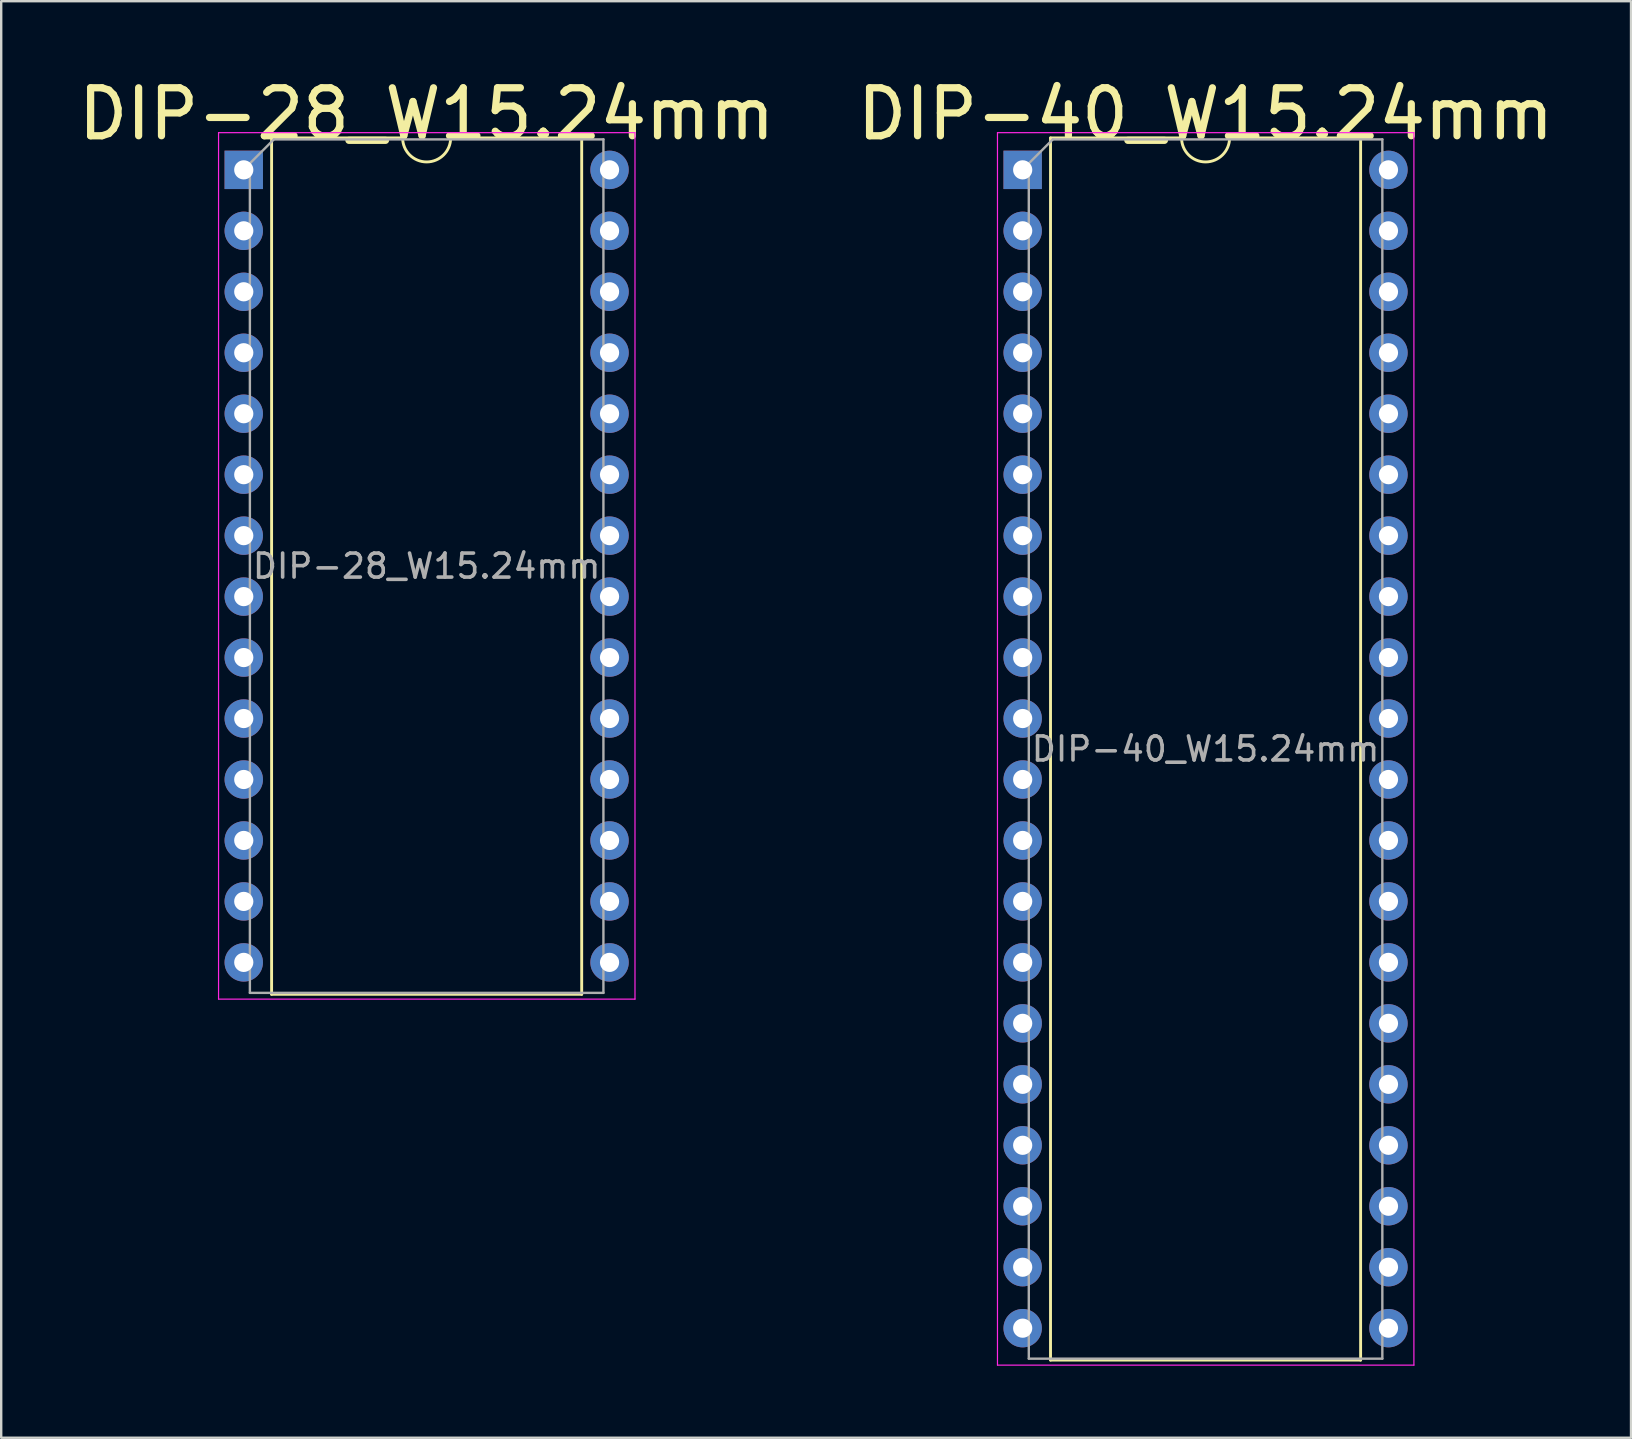
<source format=kicad_pcb>
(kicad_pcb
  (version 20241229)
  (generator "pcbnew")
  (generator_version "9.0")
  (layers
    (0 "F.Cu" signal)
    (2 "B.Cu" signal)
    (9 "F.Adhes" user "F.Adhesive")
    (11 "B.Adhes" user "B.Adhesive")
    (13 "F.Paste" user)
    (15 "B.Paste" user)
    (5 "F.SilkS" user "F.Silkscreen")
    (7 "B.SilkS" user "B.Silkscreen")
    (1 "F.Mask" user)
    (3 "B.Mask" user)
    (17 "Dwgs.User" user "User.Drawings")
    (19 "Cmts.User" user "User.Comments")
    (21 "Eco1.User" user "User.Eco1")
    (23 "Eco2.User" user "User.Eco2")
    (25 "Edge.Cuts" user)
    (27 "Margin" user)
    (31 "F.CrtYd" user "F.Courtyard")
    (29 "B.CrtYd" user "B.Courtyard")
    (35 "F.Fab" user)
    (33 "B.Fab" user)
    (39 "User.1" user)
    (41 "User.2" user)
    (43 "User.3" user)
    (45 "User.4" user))
  (footprint "DIP-40_W15.24mm"
    (layer "F.Cu")
    (at 39.559 4.027)
    (property "Reference" "DIP-40_W15.24mm" (at 7.62 -2.33 0) (layer "F.SilkS") (effects (font (size 2 2) (thickness 0.3))))
    (attr through_hole)
    (fp_line (start 1.16 -1.33) (end 1.16 49.59) (stroke (width 0.12) (type solid)) (layer "F.SilkS"))
    (fp_line (start 1.16 49.59) (end 14.08 49.59) (stroke (width 0.12) (type solid)) (layer "F.SilkS"))
    (fp_line (start 6.62 -1.33) (end 1.16 -1.33) (stroke (width 0.12) (type solid)) (layer "F.SilkS"))
    (fp_line (start 14.08 -1.33) (end 8.62 -1.33) (stroke (width 0.12) (type solid)) (layer "F.SilkS"))
    (fp_line (start 14.08 49.59) (end 14.08 -1.33) (stroke (width 0.12) (type solid)) (layer "F.SilkS"))
    (fp_arc (start 8.62 -1.33) (mid 7.62 -0.33) (end 6.62 -1.33) (stroke (width 0.12) (type solid)) (layer "F.SilkS"))
    (fp_line (start -1.05 -1.55) (end -1.05 49.8) (stroke (width 0.05) (type solid)) (layer "F.CrtYd"))
    (fp_line (start -1.05 49.8) (end 16.3 49.8) (stroke (width 0.05) (type solid)) (layer "F.CrtYd"))
    (fp_line (start 16.3 -1.55) (end -1.05 -1.55) (stroke (width 0.05) (type solid)) (layer "F.CrtYd"))
    (fp_line (start 16.3 49.8) (end 16.3 -1.55) (stroke (width 0.05) (type solid)) (layer "F.CrtYd"))
    (fp_line (start 0.255 -0.27) (end 1.255 -1.27) (stroke (width 0.1) (type solid)) (layer "F.Fab"))
    (fp_line (start 0.255 49.53) (end 0.255 -0.27) (stroke (width 0.1) (type solid)) (layer "F.Fab"))
    (fp_line (start 1.255 -1.27) (end 14.985 -1.27) (stroke (width 0.1) (type solid)) (layer "F.Fab"))
    (fp_line (start 14.985 -1.27) (end 14.985 49.53) (stroke (width 0.1) (type solid)) (layer "F.Fab"))
    (fp_line (start 14.985 49.53) (end 0.255 49.53) (stroke (width 0.1) (type solid)) (layer "F.Fab"))
    (fp_text user "${REFERENCE}" (at 7.62 24.13 0) (layer "F.Fab") (effects (font (size 1 1) (thickness 0.15))))
    (pad "1" thru_hole rect (at 0 0) (size 1.6 1.6) (drill 0.8) (layers "*.Cu" "*.Mask"))
    (pad "2" thru_hole oval (at 0 2.54) (size 1.6 1.6) (drill 0.8) (layers "*.Cu" "*.Mask"))
    (pad "3" thru_hole oval (at 0 5.08) (size 1.6 1.6) (drill 0.8) (layers "*.Cu" "*.Mask"))
    (pad "4" thru_hole oval (at 0 7.62) (size 1.6 1.6) (drill 0.8) (layers "*.Cu" "*.Mask"))
    (pad "5" thru_hole oval (at 0 10.16) (size 1.6 1.6) (drill 0.8) (layers "*.Cu" "*.Mask"))
    (pad "6" thru_hole oval (at 0 12.7) (size 1.6 1.6) (drill 0.8) (layers "*.Cu" "*.Mask"))
    (pad "7" thru_hole oval (at 0 15.24) (size 1.6 1.6) (drill 0.8) (layers "*.Cu" "*.Mask"))
    (pad "8" thru_hole oval (at 0 17.78) (size 1.6 1.6) (drill 0.8) (layers "*.Cu" "*.Mask"))
    (pad "9" thru_hole oval (at 0 20.32) (size 1.6 1.6) (drill 0.8) (layers "*.Cu" "*.Mask"))
    (pad "10" thru_hole oval (at 0 22.86) (size 1.6 1.6) (drill 0.8) (layers "*.Cu" "*.Mask"))
    (pad "11" thru_hole oval (at 0 25.4) (size 1.6 1.6) (drill 0.8) (layers "*.Cu" "*.Mask"))
    (pad "12" thru_hole oval (at 0 27.94) (size 1.6 1.6) (drill 0.8) (layers "*.Cu" "*.Mask"))
    (pad "13" thru_hole oval (at 0 30.48) (size 1.6 1.6) (drill 0.8) (layers "*.Cu" "*.Mask"))
    (pad "14" thru_hole oval (at 0 33.02) (size 1.6 1.6) (drill 0.8) (layers "*.Cu" "*.Mask"))
    (pad "15" thru_hole oval (at 0 35.56) (size 1.6 1.6) (drill 0.8) (layers "*.Cu" "*.Mask"))
    (pad "16" thru_hole oval (at 0 38.1) (size 1.6 1.6) (drill 0.8) (layers "*.Cu" "*.Mask"))
    (pad "17" thru_hole oval (at 0 40.64) (size 1.6 1.6) (drill 0.8) (layers "*.Cu" "*.Mask"))
    (pad "18" thru_hole oval (at 0 43.18) (size 1.6 1.6) (drill 0.8) (layers "*.Cu" "*.Mask"))
    (pad "19" thru_hole oval (at 0 45.72) (size 1.6 1.6) (drill 0.8) (layers "*.Cu" "*.Mask"))
    (pad "20" thru_hole oval (at 0 48.26) (size 1.6 1.6) (drill 0.8) (layers "*.Cu" "*.Mask"))
    (pad "21" thru_hole oval (at 15.24 48.26) (size 1.6 1.6) (drill 0.8) (layers "*.Cu" "*.Mask"))
    (pad "22" thru_hole oval (at 15.24 45.72) (size 1.6 1.6) (drill 0.8) (layers "*.Cu" "*.Mask"))
    (pad "23" thru_hole oval (at 15.24 43.18) (size 1.6 1.6) (drill 0.8) (layers "*.Cu" "*.Mask"))
    (pad "24" thru_hole oval (at 15.24 40.64) (size 1.6 1.6) (drill 0.8) (layers "*.Cu" "*.Mask"))
    (pad "25" thru_hole oval (at 15.24 38.1) (size 1.6 1.6) (drill 0.8) (layers "*.Cu" "*.Mask"))
    (pad "26" thru_hole oval (at 15.24 35.56) (size 1.6 1.6) (drill 0.8) (layers "*.Cu" "*.Mask"))
    (pad "27" thru_hole oval (at 15.24 33.02) (size 1.6 1.6) (drill 0.8) (layers "*.Cu" "*.Mask"))
    (pad "28" thru_hole oval (at 15.24 30.48) (size 1.6 1.6) (drill 0.8) (layers "*.Cu" "*.Mask"))
    (pad "29" thru_hole oval (at 15.24 27.94) (size 1.6 1.6) (drill 0.8) (layers "*.Cu" "*.Mask"))
    (pad "30" thru_hole oval (at 15.24 25.4) (size 1.6 1.6) (drill 0.8) (layers "*.Cu" "*.Mask"))
    (pad "31" thru_hole oval (at 15.24 22.86) (size 1.6 1.6) (drill 0.8) (layers "*.Cu" "*.Mask"))
    (pad "32" thru_hole oval (at 15.24 20.32) (size 1.6 1.6) (drill 0.8) (layers "*.Cu" "*.Mask"))
    (pad "33" thru_hole oval (at 15.24 17.78) (size 1.6 1.6) (drill 0.8) (layers "*.Cu" "*.Mask"))
    (pad "34" thru_hole oval (at 15.24 15.24) (size 1.6 1.6) (drill 0.8) (layers "*.Cu" "*.Mask"))
    (pad "35" thru_hole oval (at 15.24 12.7) (size 1.6 1.6) (drill 0.8) (layers "*.Cu" "*.Mask"))
    (pad "36" thru_hole oval (at 15.24 10.16) (size 1.6 1.6) (drill 0.8) (layers "*.Cu" "*.Mask"))
    (pad "37" thru_hole oval (at 15.24 7.62) (size 1.6 1.6) (drill 0.8) (layers "*.Cu" "*.Mask"))
    (pad "38" thru_hole oval (at 15.24 5.08) (size 1.6 1.6) (drill 0.8) (layers "*.Cu" "*.Mask"))
    (pad "39" thru_hole oval (at 15.24 2.54) (size 1.6 1.6) (drill 0.8) (layers "*.Cu" "*.Mask"))
    (pad "40" thru_hole oval (at 15.24 0) (size 1.6 1.6) (drill 0.8) (layers "*.Cu" "*.Mask")))
  (footprint "DIP-28_W15.24mm"
    (layer "F.Cu")
    (at 7.106 4.027)
    (property "Reference" "DIP-28_W15.24mm" (at 7.62 -2.33 0) (layer "F.SilkS") (effects (font (size 2 2) (thickness 0.3))))
    (attr through_hole)
    (fp_line (start 1.16 -1.33) (end 1.16 34.35) (stroke (width 0.12) (type solid)) (layer "F.SilkS"))
    (fp_line (start 1.16 34.35) (end 14.08 34.35) (stroke (width 0.12) (type solid)) (layer "F.SilkS"))
    (fp_line (start 6.62 -1.33) (end 1.16 -1.33) (stroke (width 0.12) (type solid)) (layer "F.SilkS"))
    (fp_line (start 14.08 -1.33) (end 8.62 -1.33) (stroke (width 0.12) (type solid)) (layer "F.SilkS"))
    (fp_line (start 14.08 34.35) (end 14.08 -1.33) (stroke (width 0.12) (type solid)) (layer "F.SilkS"))
    (fp_arc (start 8.62 -1.33) (mid 7.62 -0.33) (end 6.62 -1.33) (stroke (width 0.12) (type solid)) (layer "F.SilkS"))
    (fp_line (start -1.05 -1.55) (end -1.05 34.55) (stroke (width 0.05) (type solid)) (layer "F.CrtYd"))
    (fp_line (start -1.05 34.55) (end 16.3 34.55) (stroke (width 0.05) (type solid)) (layer "F.CrtYd"))
    (fp_line (start 16.3 -1.55) (end -1.05 -1.55) (stroke (width 0.05) (type solid)) (layer "F.CrtYd"))
    (fp_line (start 16.3 34.55) (end 16.3 -1.55) (stroke (width 0.05) (type solid)) (layer "F.CrtYd"))
    (fp_line (start 0.255 -0.27) (end 1.255 -1.27) (stroke (width 0.1) (type solid)) (layer "F.Fab"))
    (fp_line (start 0.255 34.29) (end 0.255 -0.27) (stroke (width 0.1) (type solid)) (layer "F.Fab"))
    (fp_line (start 1.255 -1.27) (end 14.985 -1.27) (stroke (width 0.1) (type solid)) (layer "F.Fab"))
    (fp_line (start 14.985 -1.27) (end 14.985 34.29) (stroke (width 0.1) (type solid)) (layer "F.Fab"))
    (fp_line (start 14.985 34.29) (end 0.255 34.29) (stroke (width 0.1) (type solid)) (layer "F.Fab"))
    (fp_text user "${REFERENCE}" (at 7.62 16.51 0) (layer "F.Fab") (effects (font (size 1 1) (thickness 0.15))))
    (pad "1" thru_hole rect (at 0 0) (size 1.6 1.6) (drill 0.8) (layers "*.Cu" "*.Mask"))
    (pad "2" thru_hole oval (at 0 2.54) (size 1.6 1.6) (drill 0.8) (layers "*.Cu" "*.Mask"))
    (pad "3" thru_hole oval (at 0 5.08) (size 1.6 1.6) (drill 0.8) (layers "*.Cu" "*.Mask"))
    (pad "4" thru_hole oval (at 0 7.62) (size 1.6 1.6) (drill 0.8) (layers "*.Cu" "*.Mask"))
    (pad "5" thru_hole oval (at 0 10.16) (size 1.6 1.6) (drill 0.8) (layers "*.Cu" "*.Mask"))
    (pad "6" thru_hole oval (at 0 12.7) (size 1.6 1.6) (drill 0.8) (layers "*.Cu" "*.Mask"))
    (pad "7" thru_hole oval (at 0 15.24) (size 1.6 1.6) (drill 0.8) (layers "*.Cu" "*.Mask"))
    (pad "8" thru_hole oval (at 0 17.78) (size 1.6 1.6) (drill 0.8) (layers "*.Cu" "*.Mask"))
    (pad "9" thru_hole oval (at 0 20.32) (size 1.6 1.6) (drill 0.8) (layers "*.Cu" "*.Mask"))
    (pad "10" thru_hole oval (at 0 22.86) (size 1.6 1.6) (drill 0.8) (layers "*.Cu" "*.Mask"))
    (pad "11" thru_hole oval (at 0 25.4) (size 1.6 1.6) (drill 0.8) (layers "*.Cu" "*.Mask"))
    (pad "12" thru_hole oval (at 0 27.94) (size 1.6 1.6) (drill 0.8) (layers "*.Cu" "*.Mask"))
    (pad "13" thru_hole oval (at 0 30.48) (size 1.6 1.6) (drill 0.8) (layers "*.Cu" "*.Mask"))
    (pad "14" thru_hole oval (at 0 33.02) (size 1.6 1.6) (drill 0.8) (layers "*.Cu" "*.Mask"))
    (pad "15" thru_hole oval (at 15.24 33.02) (size 1.6 1.6) (drill 0.8) (layers "*.Cu" "*.Mask"))
    (pad "16" thru_hole oval (at 15.24 30.48) (size 1.6 1.6) (drill 0.8) (layers "*.Cu" "*.Mask"))
    (pad "17" thru_hole oval (at 15.24 27.94) (size 1.6 1.6) (drill 0.8) (layers "*.Cu" "*.Mask"))
    (pad "18" thru_hole oval (at 15.24 25.4) (size 1.6 1.6) (drill 0.8) (layers "*.Cu" "*.Mask"))
    (pad "19" thru_hole oval (at 15.24 22.86) (size 1.6 1.6) (drill 0.8) (layers "*.Cu" "*.Mask"))
    (pad "20" thru_hole oval (at 15.24 20.32) (size 1.6 1.6) (drill 0.8) (layers "*.Cu" "*.Mask"))
    (pad "21" thru_hole oval (at 15.24 17.78) (size 1.6 1.6) (drill 0.8) (layers "*.Cu" "*.Mask"))
    (pad "22" thru_hole oval (at 15.24 15.24) (size 1.6 1.6) (drill 0.8) (layers "*.Cu" "*.Mask"))
    (pad "23" thru_hole oval (at 15.24 12.7) (size 1.6 1.6) (drill 0.8) (layers "*.Cu" "*.Mask"))
    (pad "24" thru_hole oval (at 15.24 10.16) (size 1.6 1.6) (drill 0.8) (layers "*.Cu" "*.Mask"))
    (pad "25" thru_hole oval (at 15.24 7.62) (size 1.6 1.6) (drill 0.8) (layers "*.Cu" "*.Mask"))
    (pad "26" thru_hole oval (at 15.24 5.08) (size 1.6 1.6) (drill 0.8) (layers "*.Cu" "*.Mask"))
    (pad "27" thru_hole oval (at 15.24 2.54) (size 1.6 1.6) (drill 0.8) (layers "*.Cu" "*.Mask"))
    (pad "28" thru_hole oval (at 15.24 0) (size 1.6 1.6) (drill 0.8) (layers "*.Cu" "*.Mask")))
  (gr_rect
    (start -3 -3)
    (end 64.905 56.852)
    (stroke (width 0.1) (type default))
    (fill no)
    (layer "Edge.Cuts")))
</source>
